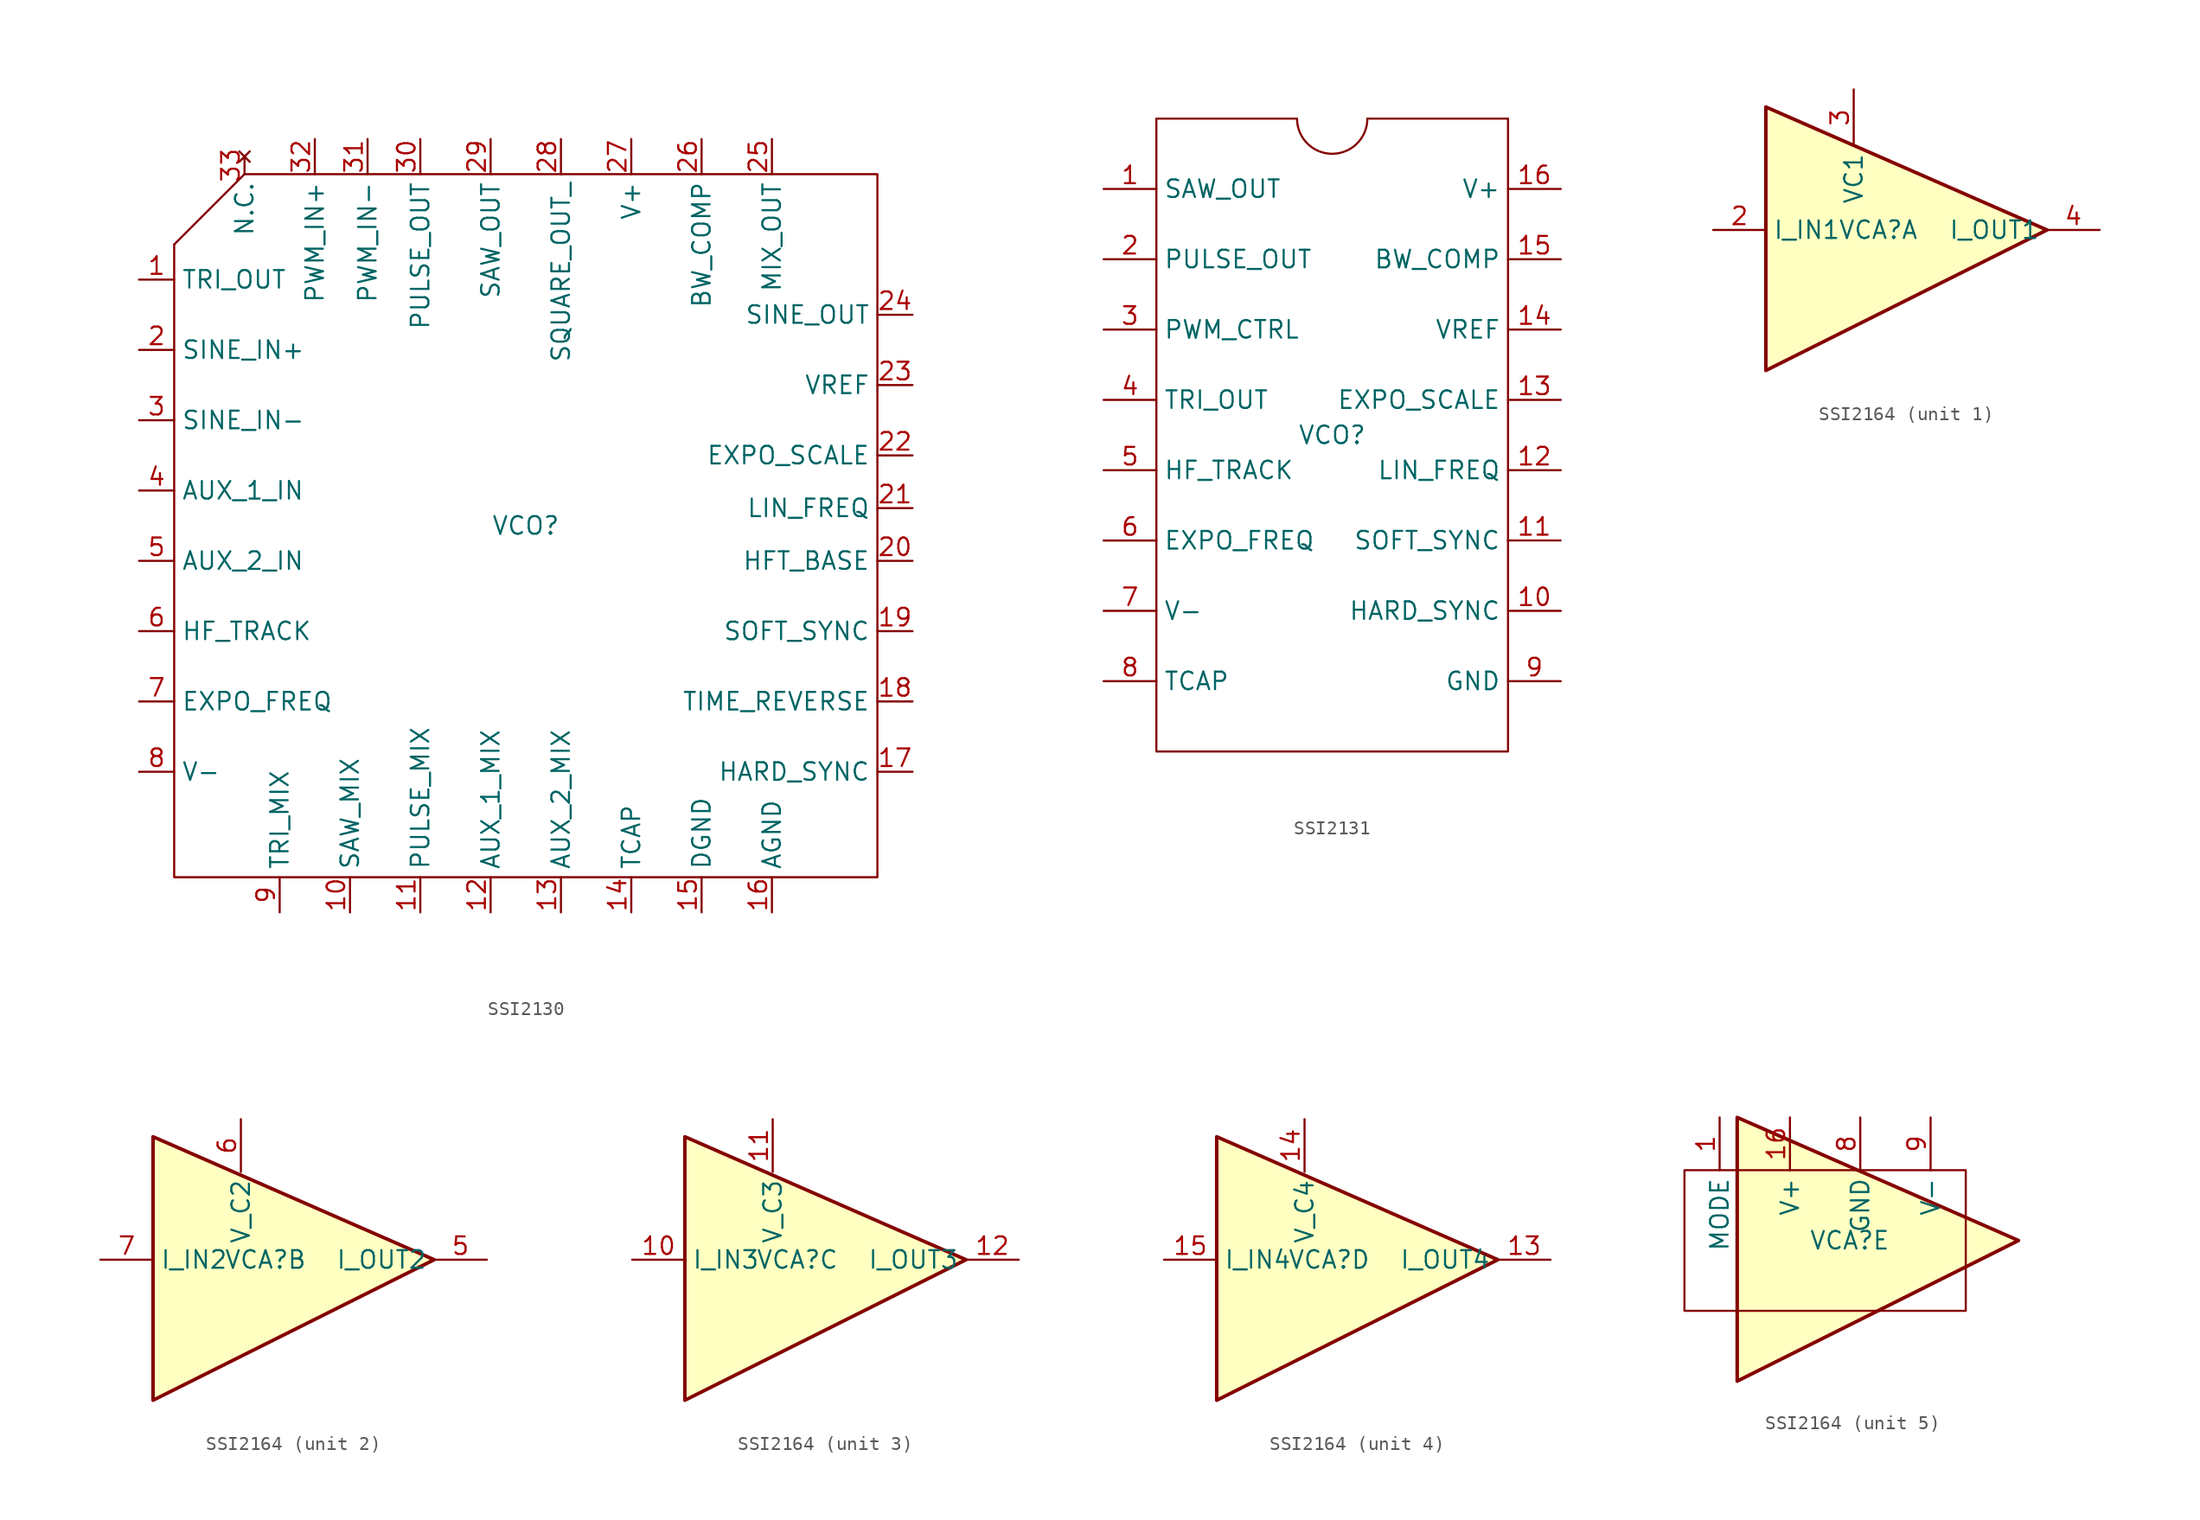
<source format=kicad_sym>
(kicad_symbol_lib
  (version 20241209)
  (generator "kicad_symbol_editor")
  (generator_version "9.0")
  (symbol "SSI2130"
    (property "Reference" "VCO"
      (at 0 0 0)
      (effects (font (size 1.27 1.27))))
    (property "Value" ""
      (at 0 0 0)
      (effects (font (size 1.27 1.27))))
    (symbol "SSI2130_0_1"
      (polyline (pts (xy -25.4 20.32) (xy -25.4 -25.4) (xy 25.4 -25.4) (xy 25.4 25.4) (xy -20.32 25.4)) (stroke (width 0) (type default)) (fill (type none)))
      (polyline (pts (xy -20.32 25.4) (xy -25.4 20.32)) (stroke (width 0) (type default)) (fill (type none))))
    (symbol "SSI2130_1_0"
      (pin input line (at -27.94 7.62 0) (length 2.54) (name "SINE_IN-" (effects (font (size 1.27 1.27)))) (number "3" (effects (font (size 1.27 1.27)))))
      (pin input line (at -27.94 2.54 0) (length 2.54) (name "AUX_1_IN" (effects (font (size 1.27 1.27)))) (number "4" (effects (font (size 1.27 1.27)))))
      (pin input line (at -27.94 -2.54 0) (length 2.54) (name "AUX_2_IN" (effects (font (size 1.27 1.27)))) (number "5" (effects (font (size 1.27 1.27)))))
      (pin input line (at -27.94 -7.62 0) (length 2.54) (name "HF_TRACK" (effects (font (size 1.27 1.27)))) (number "6" (effects (font (size 1.27 1.27)))))
      (pin input line (at -27.94 -12.7 0) (length 2.54) (name "EXPO_FREQ" (effects (font (size 1.27 1.27)))) (number "7" (effects (font (size 1.27 1.27)))))
      (pin power_in line (at -27.94 -17.78 0) (length 2.54) (name "V-" (effects (font (size 1.27 1.27)))) (number "8" (effects (font (size 1.27 1.27)))))
      (pin no_connect line (at -20.32 26.67 270) (length 1.27) (name "N.C." (effects (font (size 1.27 1.27)))) (number "33" (effects (font (size 1.27 1.27)))))
      (pin input line (at -17.78 -27.94 90) (length 2.54) (name "TRI_MIX" (effects (font (size 1.27 1.27)))) (number "9" (effects (font (size 1.27 1.27)))))
      (pin input line (at -15.24 27.94 270) (length 2.54) (name "PWM_IN+" (effects (font (size 1.27 1.27)))) (number "32" (effects (font (size 1.27 1.27)))))
      (pin input line (at -12.7 -27.94 90) (length 2.54) (name "SAW_MIX" (effects (font (size 1.27 1.27)))) (number "10" (effects (font (size 1.27 1.27)))))
      (pin input line (at -11.43 27.94 270) (length 2.54) (name "PWM_IN-" (effects (font (size 1.27 1.27)))) (number "31" (effects (font (size 1.27 1.27)))))
      (pin output line (at -7.62 27.94 270) (length 2.54) (name "PULSE_OUT" (effects (font (size 1.27 1.27)))) (number "30" (effects (font (size 1.27 1.27)))))
      (pin input line (at -7.62 -27.94 90) (length 2.54) (name "PULSE_MIX" (effects (font (size 1.27 1.27)))) (number "11" (effects (font (size 1.27 1.27)))))
      (pin output line (at -2.54 27.94 270) (length 2.54) (name "SAW_OUT" (effects (font (size 1.27 1.27)))) (number "29" (effects (font (size 1.27 1.27)))))
      (pin input line (at -2.54 -27.94 90) (length 2.54) (name "AUX_1_MIX" (effects (font (size 1.27 1.27)))) (number "12" (effects (font (size 1.27 1.27)))))
      (pin output line (at 2.54 27.94 270) (length 2.54) (name "SQUARE_OUT_" (effects (font (size 1.27 1.27)))) (number "28" (effects (font (size 1.27 1.27)))))
      (pin input line (at 2.54 -27.94 90) (length 2.54) (name "AUX_2_MIX" (effects (font (size 1.27 1.27)))) (number "13" (effects (font (size 1.27 1.27)))))
      (pin power_in line (at 7.62 27.94 270) (length 2.54) (name "V+" (effects (font (size 1.27 1.27)))) (number "27" (effects (font (size 1.27 1.27)))))
      (pin input line (at 7.62 -27.94 90) (length 2.54) (name "TCAP" (effects (font (size 1.27 1.27)))) (number "14" (effects (font (size 1.27 1.27)))))
      (pin input line (at 12.7 27.94 270) (length 2.54) (name "BW_COMP" (effects (font (size 1.27 1.27)))) (number "26" (effects (font (size 1.27 1.27)))))
      (pin passive line (at 12.7 -27.94 90) (length 2.54) (name "DGND" (effects (font (size 1.27 1.27)))) (number "15" (effects (font (size 1.27 1.27)))))
      (pin output line (at 17.78 27.94 270) (length 2.54) (name "MIX_OUT" (effects (font (size 1.27 1.27)))) (number "25" (effects (font (size 1.27 1.27)))))
      (pin passive line (at 17.78 -27.94 90) (length 2.54) (name "AGND" (effects (font (size 1.27 1.27)))) (number "16" (effects (font (size 1.27 1.27)))))
      (pin output line (at 27.94 15.24 180) (length 2.54) (name "SINE_OUT" (effects (font (size 1.27 1.27)))) (number "24" (effects (font (size 1.27 1.27)))))
      (pin input line (at 27.94 10.16 180) (length 2.54) (name "VREF" (effects (font (size 1.27 1.27)))) (number "23" (effects (font (size 1.27 1.27)))))
      (pin input line (at 27.94 5.08 180) (length 2.54) (name "EXPO_SCALE" (effects (font (size 1.27 1.27)))) (number "22" (effects (font (size 1.27 1.27)))))
      (pin input line (at 27.94 1.27 180) (length 2.54) (name "LIN_FREQ" (effects (font (size 1.27 1.27)))) (number "21" (effects (font (size 1.27 1.27)))))
      (pin input line (at 27.94 -2.54 180) (length 2.54) (name "HFT_BASE" (effects (font (size 1.27 1.27)))) (number "20" (effects (font (size 1.27 1.27)))))
      (pin input line (at 27.94 -7.62 180) (length 2.54) (name "SOFT_SYNC" (effects (font (size 1.27 1.27)))) (number "19" (effects (font (size 1.27 1.27)))))
      (pin input line (at 27.94 -12.7 180) (length 2.54) (name "TIME_REVERSE" (effects (font (size 1.27 1.27)))) (number "18" (effects (font (size 1.27 1.27)))))
      (pin input line (at 27.94 -17.78 180) (length 2.54) (name "HARD_SYNC" (effects (font (size 1.27 1.27)))) (number "17" (effects (font (size 1.27 1.27))))))
    (symbol "SSI2130_1_1"
      (pin output line (at -27.94 17.78 0) (length 2.54) (name "TRI_OUT" (effects (font (size 1.27 1.27)))) (number "1" (effects (font (size 1.27 1.27)))))
      (pin input line (at -27.94 12.7 0) (length 2.54) (name "SINE_IN+" (effects (font (size 1.27 1.27)))) (number "2" (effects (font (size 1.27 1.27)))))))
  (symbol "SSI2131"
    (property "Reference" "VCO"
      (at 0 0 0)
      (effects (font (size 1.27 1.27))))
    (property "Value" ""
      (at 0 0 0)
      (effects (font (size 1.27 1.27))))
    (symbol "SSI2131_0_1"
      (arc (start 2.54 22.86) (mid 0 20.32) (end -2.54 22.86) (stroke (width 0) (type default)) (fill (type none)))
      (polyline (pts (xy 2.54 22.86) (xy 12.7 22.86) (xy 12.7 -22.86) (xy -12.7 -22.86) (xy -12.7 22.86) (xy -2.54 22.86)) (stroke (width 0) (type default)) (fill (type none))))
    (symbol "SSI2131_1_0"
      (pin output line (at -16.51 17.78 0) (length 3.81) (name "SAW_OUT" (effects (font (size 1.27 1.27)))) (number "1" (effects (font (size 1.27 1.27)))))
      (pin output line (at -16.51 12.7 0) (length 3.81) (name "PULSE_OUT" (effects (font (size 1.27 1.27)))) (number "2" (effects (font (size 1.27 1.27)))))
      (pin input line (at -16.51 7.62 0) (length 3.81) (name "PWM_CTRL" (effects (font (size 1.27 1.27)))) (number "3" (effects (font (size 1.27 1.27)))))
      (pin output line (at -16.51 2.54 0) (length 3.81) (name "TRI_OUT" (effects (font (size 1.27 1.27)))) (number "4" (effects (font (size 1.27 1.27)))))
      (pin input line (at -16.51 -2.54 0) (length 3.81) (name "HF_TRACK" (effects (font (size 1.27 1.27)))) (number "5" (effects (font (size 1.27 1.27)))))
      (pin input line (at -16.51 -7.62 0) (length 3.81) (name "EXPO_FREQ" (effects (font (size 1.27 1.27)))) (number "6" (effects (font (size 1.27 1.27)))))
      (pin power_in line (at -16.51 -12.7 0) (length 3.81) (name "V-" (effects (font (size 1.27 1.27)))) (number "7" (effects (font (size 1.27 1.27)))))
      (pin input line (at -16.51 -17.78 0) (length 3.81) (name "TCAP" (effects (font (size 1.27 1.27)))) (number "8" (effects (font (size 1.27 1.27)))))
      (pin input line (at 16.497 -7.613 180) (length 3.81) (name "SOFT_SYNC" (effects (font (size 1.27 1.27)))) (number "11" (effects (font (size 1.27 1.27)))))
      (pin power_in line (at 16.51 17.78 180) (length 3.81) (name "V+" (effects (font (size 1.27 1.27)))) (number "16" (effects (font (size 1.27 1.27)))))
      (pin input line (at 16.51 12.7 180) (length 3.81) (name "BW_COMP" (effects (font (size 1.27 1.27)))) (number "15" (effects (font (size 1.27 1.27)))))
      (pin power_in line (at 16.51 7.62 180) (length 3.81) (name "VREF" (effects (font (size 1.27 1.27)))) (number "14" (effects (font (size 1.27 1.27)))))
      (pin input line (at 16.51 2.54 180) (length 3.81) (name "EXPO_SCALE" (effects (font (size 1.27 1.27)))) (number "13" (effects (font (size 1.27 1.27)))))
      (pin input line (at 16.51 -2.54 180) (length 3.81) (name "LIN_FREQ" (effects (font (size 1.27 1.27)))) (number "12" (effects (font (size 1.27 1.27)))))
      (pin input line (at 16.51 -12.7 180) (length 3.81) (name "HARD_SYNC" (effects (font (size 1.27 1.27)))) (number "10" (effects (font (size 1.27 1.27)))))
      (pin input line (at 16.51 -17.78 180) (length 3.81) (name "GND" (effects (font (size 1.27 1.27)))) (number "9" (effects (font (size 1.27 1.27)))))))
  (symbol "SSI2164"
    (property "Reference" "VCA"
      (at 1.778 0 0)
      (effects (font (size 1.27 1.27))))
    (property "Value" ""
      (at 0 0 0)
      (effects (font (size 1.27 1.27))))
    (property "ki_locked" ""
      (at 0 0 0)
      (effects (font (size 1.27 1.27))))
    (symbol "SSI2164_0_1"
      (polyline (pts (xy -6.35 8.89) (xy 13.97 0) (xy -6.35 -10.16) (xy -6.35 8.89)) (stroke (width 0.254) (type default)) (fill (type background))))
    (symbol "SSI2164_1_0"
      (pin input line (at -10.16 0 0) (length 3.81) (name "I_IN1" (effects (font (size 1.27 1.27)))) (number "2" (effects (font (size 1.27 1.27)))))
      (pin input line (at 0 10.16 270) (length 4.064) (name "VC1" (effects (font (size 1.27 1.27)))) (number "3" (effects (font (size 1.27 1.27)))))
      (pin output line (at 17.78 0 180) (length 3.81) (name "I_OUT1" (effects (font (size 1.27 1.27)))) (number "4" (effects (font (size 1.27 1.27))))))
    (symbol "SSI2164_2_0"
      (pin input line (at -10.16 0 0) (length 3.81) (name "I_IN2" (effects (font (size 1.27 1.27)))) (number "7" (effects (font (size 1.27 1.27)))))
      (pin input line (at 0 10.16 270) (length 3.81) (name "V_C2" (effects (font (size 1.27 1.27)))) (number "6" (effects (font (size 1.27 1.27)))))
      (pin output line (at 17.78 0 180) (length 3.81) (name "I_OUT2" (effects (font (size 1.27 1.27)))) (number "5" (effects (font (size 1.27 1.27))))))
    (symbol "SSI2164_3_0"
      (pin input line (at -10.16 0 0) (length 3.81) (name "I_IN3" (effects (font (size 1.27 1.27)))) (number "10" (effects (font (size 1.27 1.27)))))
      (pin input line (at 0 10.16 270) (length 3.81) (name "V_C3" (effects (font (size 1.27 1.27)))) (number "11" (effects (font (size 1.27 1.27)))))
      (pin output line (at 17.78 0 180) (length 3.81) (name "I_OUT3" (effects (font (size 1.27 1.27)))) (number "12" (effects (font (size 1.27 1.27))))))
    (symbol "SSI2164_4_0"
      (pin input line (at -10.16 0 0) (length 3.81) (name "I_IN4" (effects (font (size 1.27 1.27)))) (number "15" (effects (font (size 1.27 1.27)))))
      (pin input line (at 0 10.16 270) (length 3.81) (name "V_C4" (effects (font (size 1.27 1.27)))) (number "14" (effects (font (size 1.27 1.27)))))
      (pin output line (at 17.78 0 180) (length 3.81) (name "I_OUT4" (effects (font (size 1.27 1.27)))) (number "13" (effects (font (size 1.27 1.27))))))
    (symbol "SSI2164_5_0"
      (pin input line (at -7.62 8.89 270) (length 3.81) (name "MODE" (effects (font (size 1.27 1.27)))) (number "1" (effects (font (size 1.27 1.27)))))
      (pin power_in line (at -2.54 8.89 270) (length 3.81) (name "V+" (effects (font (size 1.27 1.27)))) (number "16" (effects (font (size 1.27 1.27)))))
      (pin power_in line (at 2.54 8.89 270) (length 3.81) (name "GND" (effects (font (size 1.27 1.27)))) (number "8" (effects (font (size 1.27 1.27)))))
      (pin power_in line (at 7.62 8.89 270) (length 3.81) (name "V-" (effects (font (size 1.27 1.27)))) (number "9" (effects (font (size 1.27 1.27))))))
    (symbol "SSI2164_5_1"
      (rectangle (start -10.16 5.08) (end 10.16 -5.08) (stroke (width 0) (type default)) (fill (type none))))))
</source>
